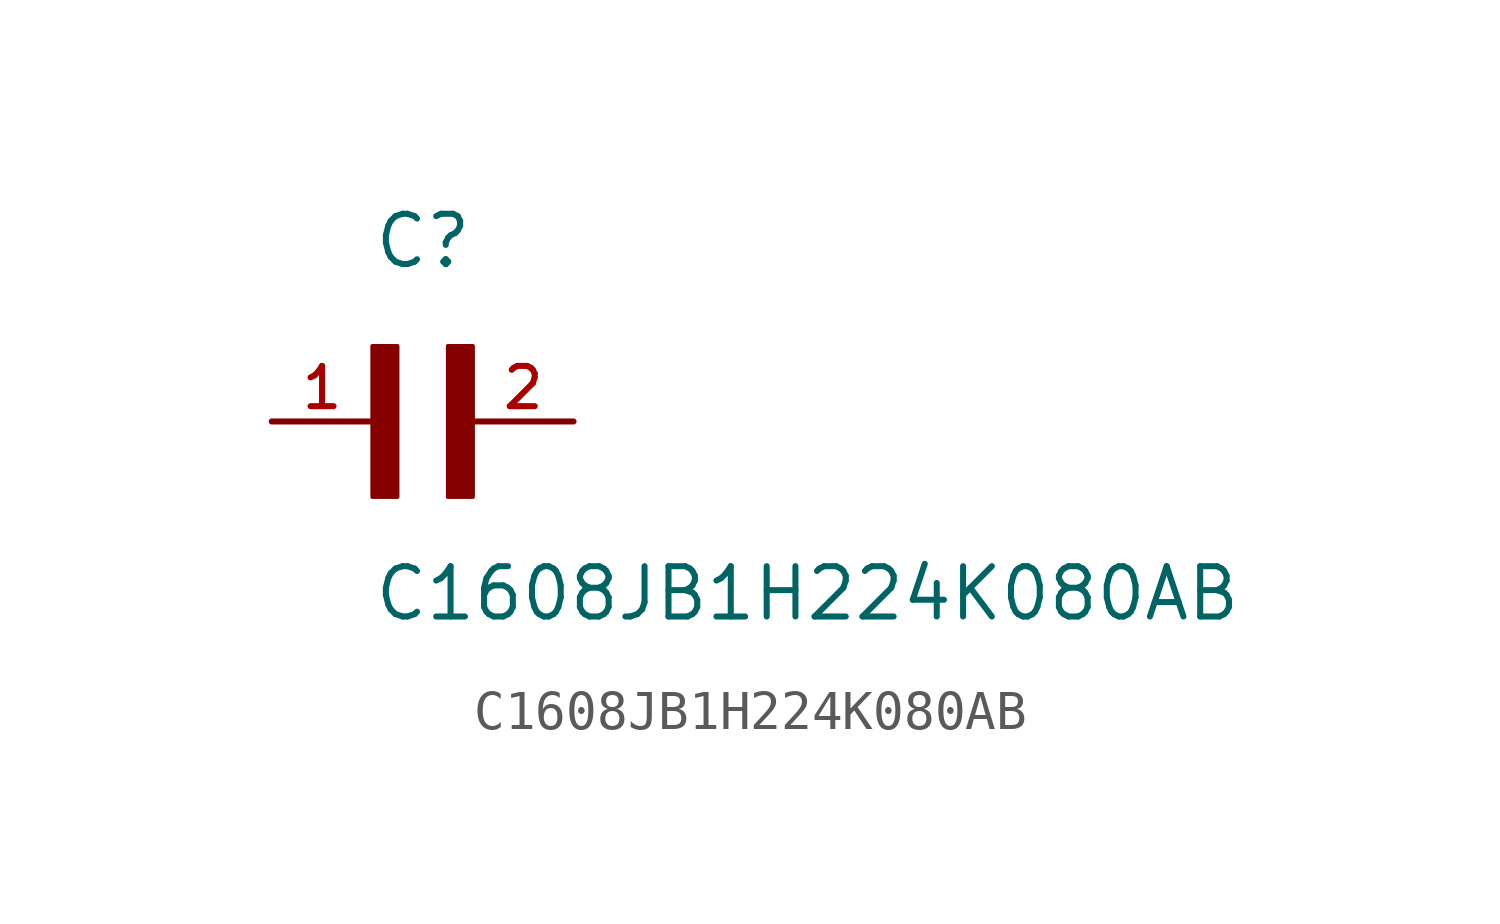
<source format=kicad_sym>
(kicad_symbol_lib
  (version 20211014)
  (generator kicad_symbol_editor)
  (symbol "C1608JB1H224K080AB"
    (pin_names
      (offset 1.016))
    (property "Reference" "C"
      (at 0.0 3.811 0)
      (effects (font (size 1.27 1.27)) (justify bottom left)))
    (property "Value" "C1608JB1H224K080AB"
      (at 0.0 -5.088 0)
      (effects (font (size 1.27 1.27)) (justify bottom left)))
    (symbol "C1608JB1H224K080AB_0_0"
      (rectangle (start 0.0 -1.907) (end 0.635 1.905) (stroke (width 0.1)) (fill (type outline)))
      (rectangle (start 1.907 -1.907) (end 2.54 1.905) (stroke (width 0.1)) (fill (type outline)))
      (pin passive line (at 5.08 0.0 180.0) (length 2.54) (name "~" (effects (font (size 1.016 1.016)))) (number "2" (effects (font (size 1.016 1.016)))))
      (pin passive line (at -2.54 0.0 0) (length 2.54) (name "~" (effects (font (size 1.016 1.016)))) (number "1" (effects (font (size 1.016 1.016))))))))
</source>
